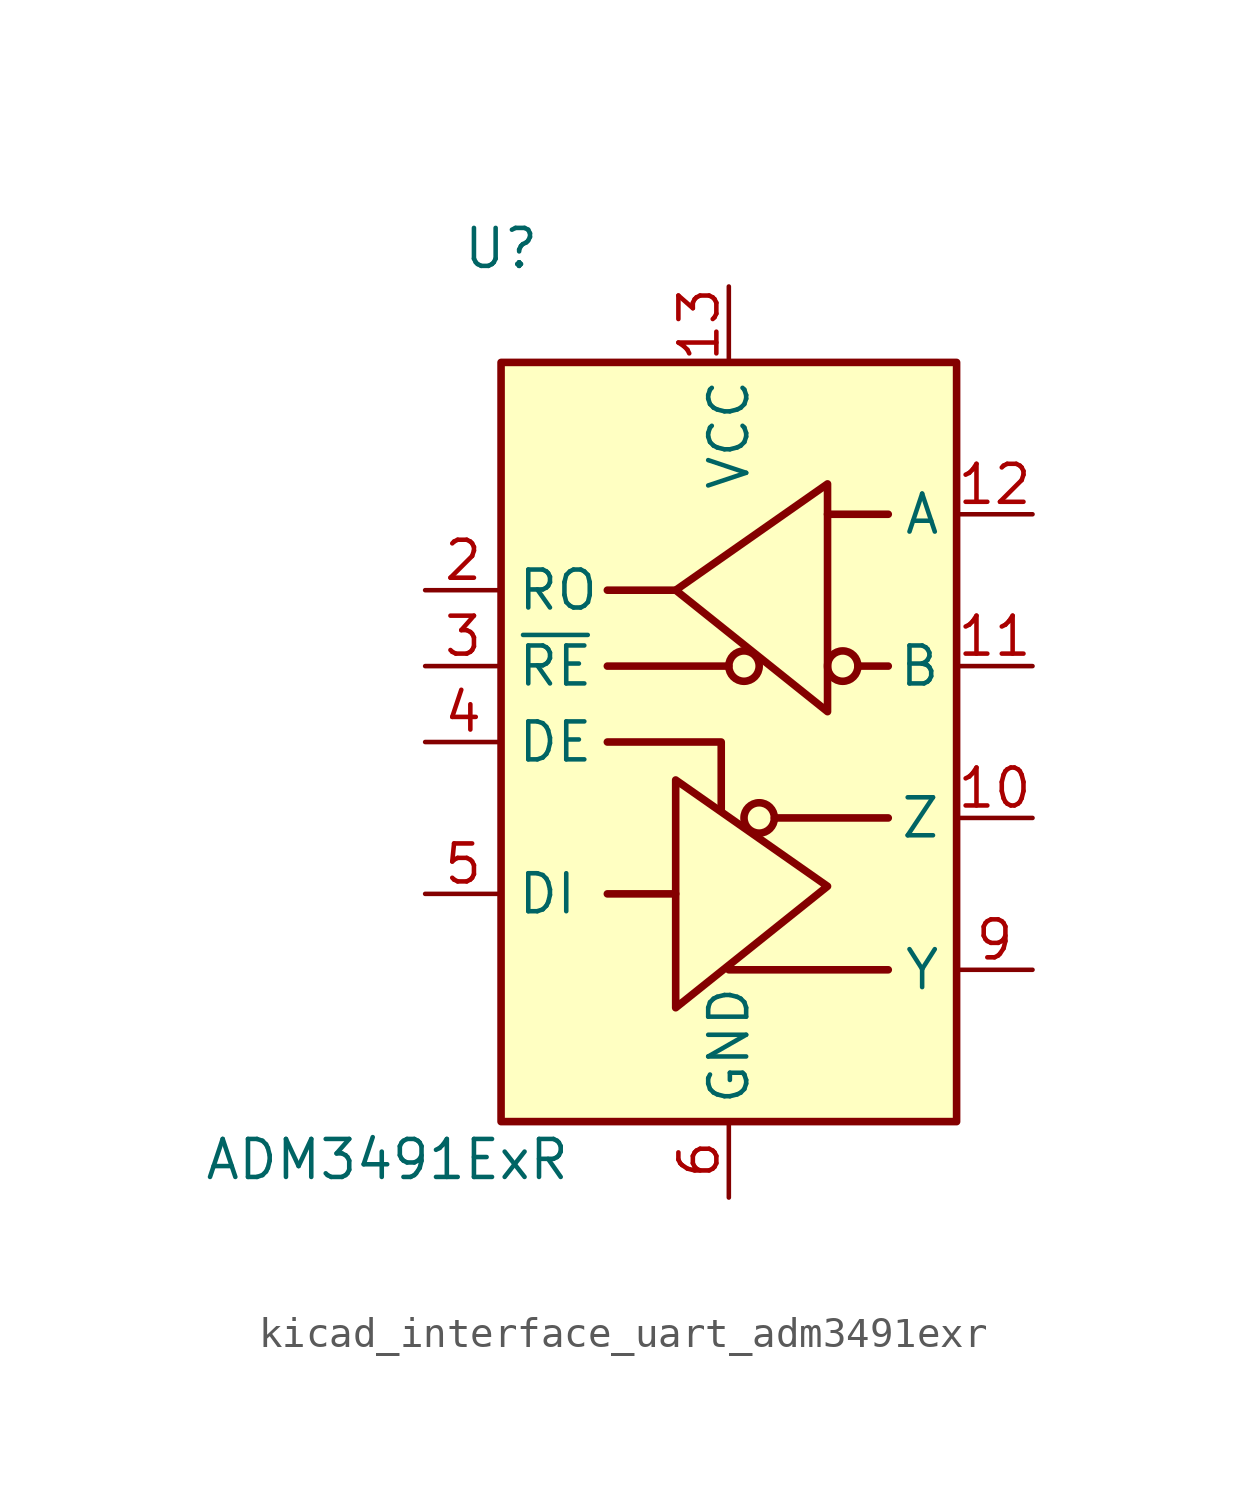
<source format=kicad_sym>
(kicad_symbol_lib
  (version 20220914)
  (generator kicad_symbol_editor)
  (symbol "kicad_interface_uart_adm3491exr"
    (property "Reference" "U"
      (at -7.62 16.51 0)
      (effects (font (size 1.27 1.27))))
    (property "Value" "ADM3491ExR"
      (at -11.43 -13.97 0)
      (effects (font (size 1.27 1.27))))
    (symbol "kicad_interface_uart_adm3491exr_0_1"
      (rectangle (start -7.62 12.7) (end 7.62 -12.7) (stroke (width 0.254) (type default)) (fill (type background)))
      (polyline (pts (xy -4.064 2.54) (xy 0 2.54)) (stroke (width 0.254) (type default)) (fill (type none)))
      (polyline (pts (xy -1.778 -5.08) (xy -4.064 -5.08)) (stroke (width 0.254) (type default)) (fill (type none)))
      (polyline (pts (xy -1.778 5.08) (xy -4.064 5.08)) (stroke (width 0.254) (type default)) (fill (type none)))
      (polyline (pts (xy 0 -7.62) (xy 5.334 -7.62)) (stroke (width 0.254) (type default)) (fill (type none)))
      (polyline (pts (xy 1.524 -2.54) (xy 5.334 -2.54)) (stroke (width 0.254) (type default)) (fill (type none)))
      (polyline (pts (xy 3.302 7.62) (xy 5.334 7.62)) (stroke (width 0.254) (type default)) (fill (type none)))
      (polyline (pts (xy 4.318 2.54) (xy 5.334 2.54)) (stroke (width 0.254) (type default)) (fill (type none)))
      (polyline (pts (xy -4.064 0) (xy -0.254 0) (xy -0.254 -2.286)) (stroke (width 0.254) (type default)) (fill (type none)))
      (polyline (pts (xy -1.778 -5.08) (xy -1.778 -1.27) (xy 3.302 -4.826) (xy -1.778 -8.89) (xy -1.778 -5.08)) (stroke (width 0.254) (type default)) (fill (type none)))
      (circle (center 1.016 -2.54) (radius 0.508) (stroke (width 0.254) (type default)) (fill (type none))))
    (symbol "kicad_interface_uart_adm3491exr_1_1"
      (polyline (pts (xy 3.302 4.826) (xy 3.302 8.636) (xy -1.778 5.08) (xy 3.302 1.016) (xy 3.302 4.826)) (stroke (width 0.254) (type default)) (fill (type none)))
      (circle (center 0.508 2.54) (radius 0.508) (stroke (width 0.254) (type default)) (fill (type none)))
      (circle (center 3.81 2.54) (radius 0.508) (stroke (width 0.254) (type default)) (fill (type none)))
      (pin no_connect line (at -7.62 -10.16 0) (length 2.54) hide (name "NC" (effects (font (size 1.27 1.27)))) (number "1" (effects (font (size 1.27 1.27)))))
      (pin output line (at 10.16 -2.54 180) (length 2.54) (name "Z" (effects (font (size 1.27 1.27)))) (number "10" (effects (font (size 1.27 1.27)))))
      (pin input line (at 10.16 2.54 180) (length 2.54) (name "B" (effects (font (size 1.27 1.27)))) (number "11" (effects (font (size 1.27 1.27)))))
      (pin input line (at 10.16 7.62 180) (length 2.54) (name "A" (effects (font (size 1.27 1.27)))) (number "12" (effects (font (size 1.27 1.27)))))
      (pin power_in line (at 0 15.24 270) (length 2.54) (name "VCC" (effects (font (size 1.27 1.27)))) (number "13" (effects (font (size 1.27 1.27)))))
      (pin passive line (at 0 15.24 270) (length 2.54) hide (name "VCC" (effects (font (size 1.27 1.27)))) (number "14" (effects (font (size 1.27 1.27)))))
      (pin output line (at -10.16 5.08 0) (length 2.54) (name "RO" (effects (font (size 1.27 1.27)))) (number "2" (effects (font (size 1.27 1.27)))))
      (pin input line (at -10.16 2.54 0) (length 2.54) (name "~{RE}" (effects (font (size 1.27 1.27)))) (number "3" (effects (font (size 1.27 1.27)))))
      (pin input line (at -10.16 0 0) (length 2.54) (name "DE" (effects (font (size 1.27 1.27)))) (number "4" (effects (font (size 1.27 1.27)))))
      (pin input line (at -10.16 -5.08 0) (length 2.54) (name "DI" (effects (font (size 1.27 1.27)))) (number "5" (effects (font (size 1.27 1.27)))))
      (pin power_in line (at 0 -15.24 90) (length 2.54) (name "GND" (effects (font (size 1.27 1.27)))) (number "6" (effects (font (size 1.27 1.27)))))
      (pin passive line (at 0 -15.24 90) (length 2.54) hide (name "GND" (effects (font (size 1.27 1.27)))) (number "7" (effects (font (size 1.27 1.27)))))
      (pin no_connect line (at -7.62 -7.62 0) (length 2.54) hide (name "NC" (effects (font (size 1.27 1.27)))) (number "8" (effects (font (size 1.27 1.27)))))
      (pin output line (at 10.16 -7.62 180) (length 2.54) (name "Y" (effects (font (size 1.27 1.27)))) (number "9" (effects (font (size 1.27 1.27))))))))
</source>
